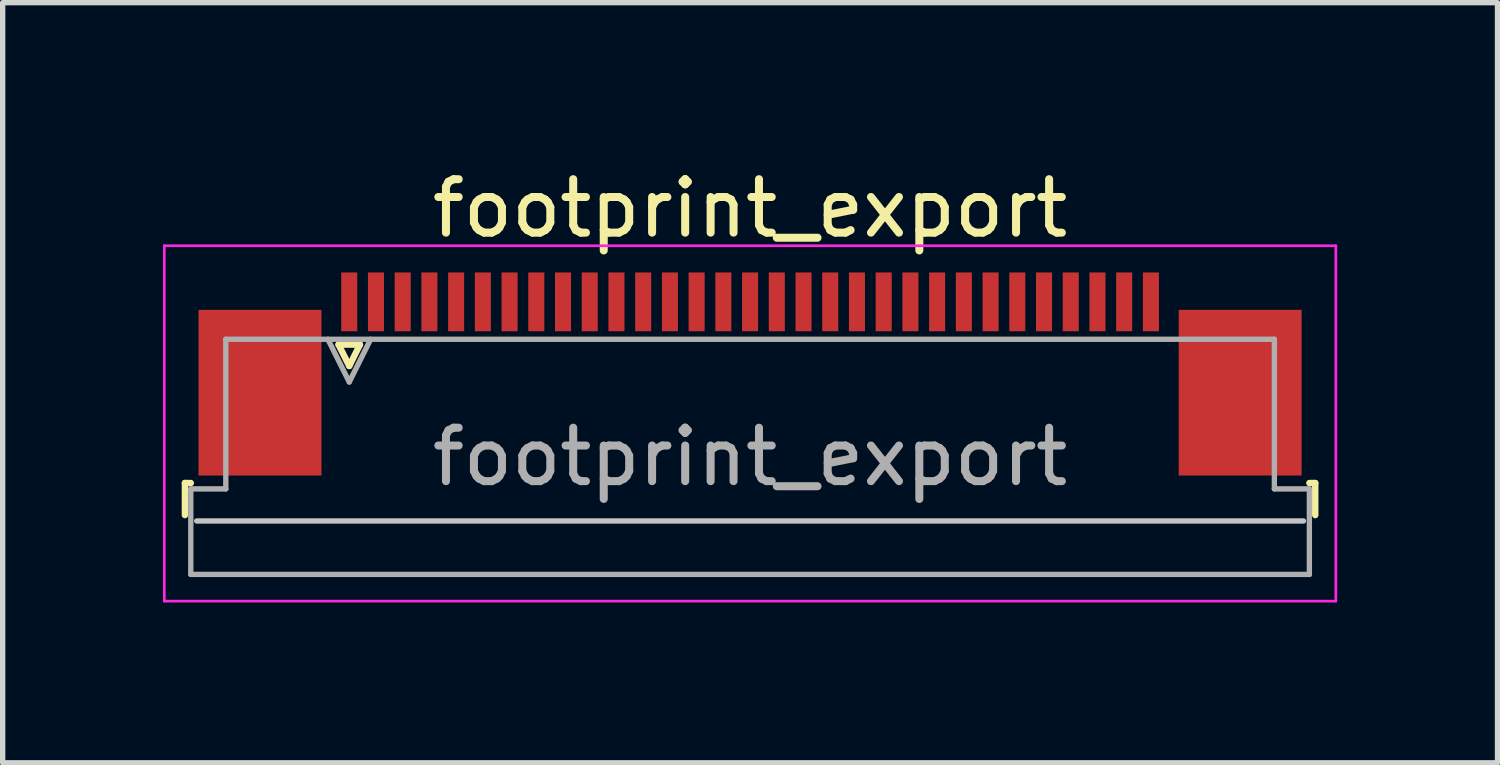
<source format=kicad_pcb>
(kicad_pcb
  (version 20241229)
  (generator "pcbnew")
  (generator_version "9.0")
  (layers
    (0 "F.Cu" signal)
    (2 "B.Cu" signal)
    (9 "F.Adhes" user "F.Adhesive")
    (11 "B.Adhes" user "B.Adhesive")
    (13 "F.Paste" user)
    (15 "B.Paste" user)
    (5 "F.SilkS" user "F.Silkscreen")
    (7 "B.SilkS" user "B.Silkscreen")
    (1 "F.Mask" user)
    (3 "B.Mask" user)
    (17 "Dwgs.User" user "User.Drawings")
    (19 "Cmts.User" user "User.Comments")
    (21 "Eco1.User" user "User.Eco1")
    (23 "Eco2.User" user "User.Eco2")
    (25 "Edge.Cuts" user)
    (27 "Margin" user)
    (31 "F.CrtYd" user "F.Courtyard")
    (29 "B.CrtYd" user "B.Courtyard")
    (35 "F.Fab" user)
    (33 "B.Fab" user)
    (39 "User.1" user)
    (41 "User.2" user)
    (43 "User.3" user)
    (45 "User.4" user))
  (footprint "footprint_export"
    (layer "F.Cu")
    (at 10.985 3.948)
    (property "Reference" "footprint_export" (at 0 -3.1 0) (layer "F.SilkS") (effects (font (size 1 1) (thickness 0.15))))
    (attr smd)
    (fp_line (start -10.575 2.04) (end -10.575 2.64) (stroke (width 0.12) (type solid)) (layer "F.SilkS"))
    (fp_line (start -10.465 2.04) (end -10.575 2.04) (stroke (width 0.12) (type solid)) (layer "F.SilkS"))
    (fp_line (start -7.7 -0.55) (end -7.5 -0.15) (stroke (width 0.12) (type solid)) (layer "F.SilkS"))
    (fp_line (start -7.5 -0.15) (end -7.3 -0.55) (stroke (width 0.12) (type solid)) (layer "F.SilkS"))
    (fp_line (start -7.3 -0.55) (end -7.7 -0.55) (stroke (width 0.12) (type solid)) (layer "F.SilkS"))
    (fp_line (start 10.465 2.04) (end 10.575 2.04) (stroke (width 0.12) (type solid)) (layer "F.SilkS"))
    (fp_line (start 10.575 2.04) (end 10.575 2.64) (stroke (width 0.12) (type solid)) (layer "F.SilkS"))
    (fp_line (start 10.355 2.75) (end -10.355 2.75) (stroke (width 0.1) (type solid)) (layer "Dwgs.User"))
    (fp_line (start -10.96 -2.4) (end -10.96 4.25) (stroke (width 0.05) (type solid)) (layer "F.CrtYd"))
    (fp_line (start -10.96 4.25) (end 10.96 4.25) (stroke (width 0.05) (type solid)) (layer "F.CrtYd"))
    (fp_line (start 10.96 -2.4) (end -10.96 -2.4) (stroke (width 0.05) (type solid)) (layer "F.CrtYd"))
    (fp_line (start 10.96 4.25) (end 10.96 -2.4) (stroke (width 0.05) (type solid)) (layer "F.CrtYd"))
    (fp_line (start -10.465 2.15) (end -9.81 2.15) (stroke (width 0.1) (type solid)) (layer "F.Fab"))
    (fp_line (start -10.465 3.75) (end -10.465 2.15) (stroke (width 0.1) (type solid)) (layer "F.Fab"))
    (fp_line (start -9.81 -0.65) (end 9.81 -0.65) (stroke (width 0.1) (type solid)) (layer "F.Fab"))
    (fp_line (start -9.81 2.15) (end -9.81 -0.65) (stroke (width 0.1) (type solid)) (layer "F.Fab"))
    (fp_line (start -7.9 -0.65) (end -7.5 0.15) (stroke (width 0.1) (type solid)) (layer "F.Fab"))
    (fp_line (start -7.5 0.15) (end -7.1 -0.65) (stroke (width 0.1) (type solid)) (layer "F.Fab"))
    (fp_line (start 9.81 -0.65) (end 9.81 2.15) (stroke (width 0.1) (type solid)) (layer "F.Fab"))
    (fp_line (start 9.81 2.15) (end 10.465 2.15) (stroke (width 0.1) (type solid)) (layer "F.Fab"))
    (fp_line (start 10.465 2.15) (end 10.465 3.75) (stroke (width 0.1) (type solid)) (layer "F.Fab"))
    (fp_line (start 10.465 3.75) (end -10.465 3.75) (stroke (width 0.1) (type solid)) (layer "F.Fab"))
    (fp_text user "${REFERENCE}" (at 0 1.55 0) (layer "F.Fab") (effects (font (size 1 1) (thickness 0.15))))
    (pad "1" smd rect (at -7.5 -1.35) (size 0.3 1.1) (layers "F.Cu" "F.Mask" "F.Paste"))
    (pad "2" smd rect (at -7 -1.35) (size 0.3 1.1) (layers "F.Cu" "F.Mask" "F.Paste"))
    (pad "3" smd rect (at -6.5 -1.35) (size 0.3 1.1) (layers "F.Cu" "F.Mask" "F.Paste"))
    (pad "4" smd rect (at -6 -1.35) (size 0.3 1.1) (layers "F.Cu" "F.Mask" "F.Paste"))
    (pad "5" smd rect (at -5.5 -1.35) (size 0.3 1.1) (layers "F.Cu" "F.Mask" "F.Paste"))
    (pad "6" smd rect (at -5 -1.35) (size 0.3 1.1) (layers "F.Cu" "F.Mask" "F.Paste"))
    (pad "7" smd rect (at -4.5 -1.35) (size 0.3 1.1) (layers "F.Cu" "F.Mask" "F.Paste"))
    (pad "8" smd rect (at -4 -1.35) (size 0.3 1.1) (layers "F.Cu" "F.Mask" "F.Paste"))
    (pad "9" smd rect (at -3.5 -1.35) (size 0.3 1.1) (layers "F.Cu" "F.Mask" "F.Paste"))
    (pad "10" smd rect (at -3 -1.35) (size 0.3 1.1) (layers "F.Cu" "F.Mask" "F.Paste"))
    (pad "11" smd rect (at -2.5 -1.35) (size 0.3 1.1) (layers "F.Cu" "F.Mask" "F.Paste"))
    (pad "12" smd rect (at -2 -1.35) (size 0.3 1.1) (layers "F.Cu" "F.Mask" "F.Paste"))
    (pad "13" smd rect (at -1.5 -1.35) (size 0.3 1.1) (layers "F.Cu" "F.Mask" "F.Paste"))
    (pad "14" smd rect (at -1 -1.35) (size 0.3 1.1) (layers "F.Cu" "F.Mask" "F.Paste"))
    (pad "15" smd rect (at -0.5 -1.35) (size 0.3 1.1) (layers "F.Cu" "F.Mask" "F.Paste"))
    (pad "16" smd rect (at 0 -1.35) (size 0.3 1.1) (layers "F.Cu" "F.Mask" "F.Paste"))
    (pad "17" smd rect (at 0.5 -1.35) (size 0.3 1.1) (layers "F.Cu" "F.Mask" "F.Paste"))
    (pad "18" smd rect (at 1 -1.35) (size 0.3 1.1) (layers "F.Cu" "F.Mask" "F.Paste"))
    (pad "19" smd rect (at 1.5 -1.35) (size 0.3 1.1) (layers "F.Cu" "F.Mask" "F.Paste"))
    (pad "20" smd rect (at 2 -1.35) (size 0.3 1.1) (layers "F.Cu" "F.Mask" "F.Paste"))
    (pad "21" smd rect (at 2.5 -1.35) (size 0.3 1.1) (layers "F.Cu" "F.Mask" "F.Paste"))
    (pad "22" smd rect (at 3 -1.35) (size 0.3 1.1) (layers "F.Cu" "F.Mask" "F.Paste"))
    (pad "23" smd rect (at 3.5 -1.35) (size 0.3 1.1) (layers "F.Cu" "F.Mask" "F.Paste"))
    (pad "24" smd rect (at 4 -1.35) (size 0.3 1.1) (layers "F.Cu" "F.Mask" "F.Paste"))
    (pad "25" smd rect (at 4.5 -1.35) (size 0.3 1.1) (layers "F.Cu" "F.Mask" "F.Paste"))
    (pad "26" smd rect (at 5 -1.35) (size 0.3 1.1) (layers "F.Cu" "F.Mask" "F.Paste"))
    (pad "27" smd rect (at 5.5 -1.35) (size 0.3 1.1) (layers "F.Cu" "F.Mask" "F.Paste"))
    (pad "28" smd rect (at 6 -1.35) (size 0.3 1.1) (layers "F.Cu" "F.Mask" "F.Paste"))
    (pad "29" smd rect (at 6.5 -1.35) (size 0.3 1.1) (layers "F.Cu" "F.Mask" "F.Paste"))
    (pad "30" smd rect (at 7 -1.35) (size 0.3 1.1) (layers "F.Cu" "F.Mask" "F.Paste"))
    (pad "31" smd rect (at 7.5 -1.35) (size 0.3 1.1) (layers "F.Cu" "F.Mask" "F.Paste"))
    (pad "MP" smd rect (at -9.17 0.35) (size 2.3 3.1) (layers "F.Cu" "F.Mask" "F.Paste"))
    (pad "MP" smd rect (at 9.17 0.35) (size 2.3 3.1) (layers "F.Cu" "F.Mask" "F.Paste")))
  (gr_rect
    (start -3 -3)
    (end 24.97 11.223)
    (stroke (width 0.1) (type default))
    (fill no)
    (layer "Edge.Cuts")))
</source>
